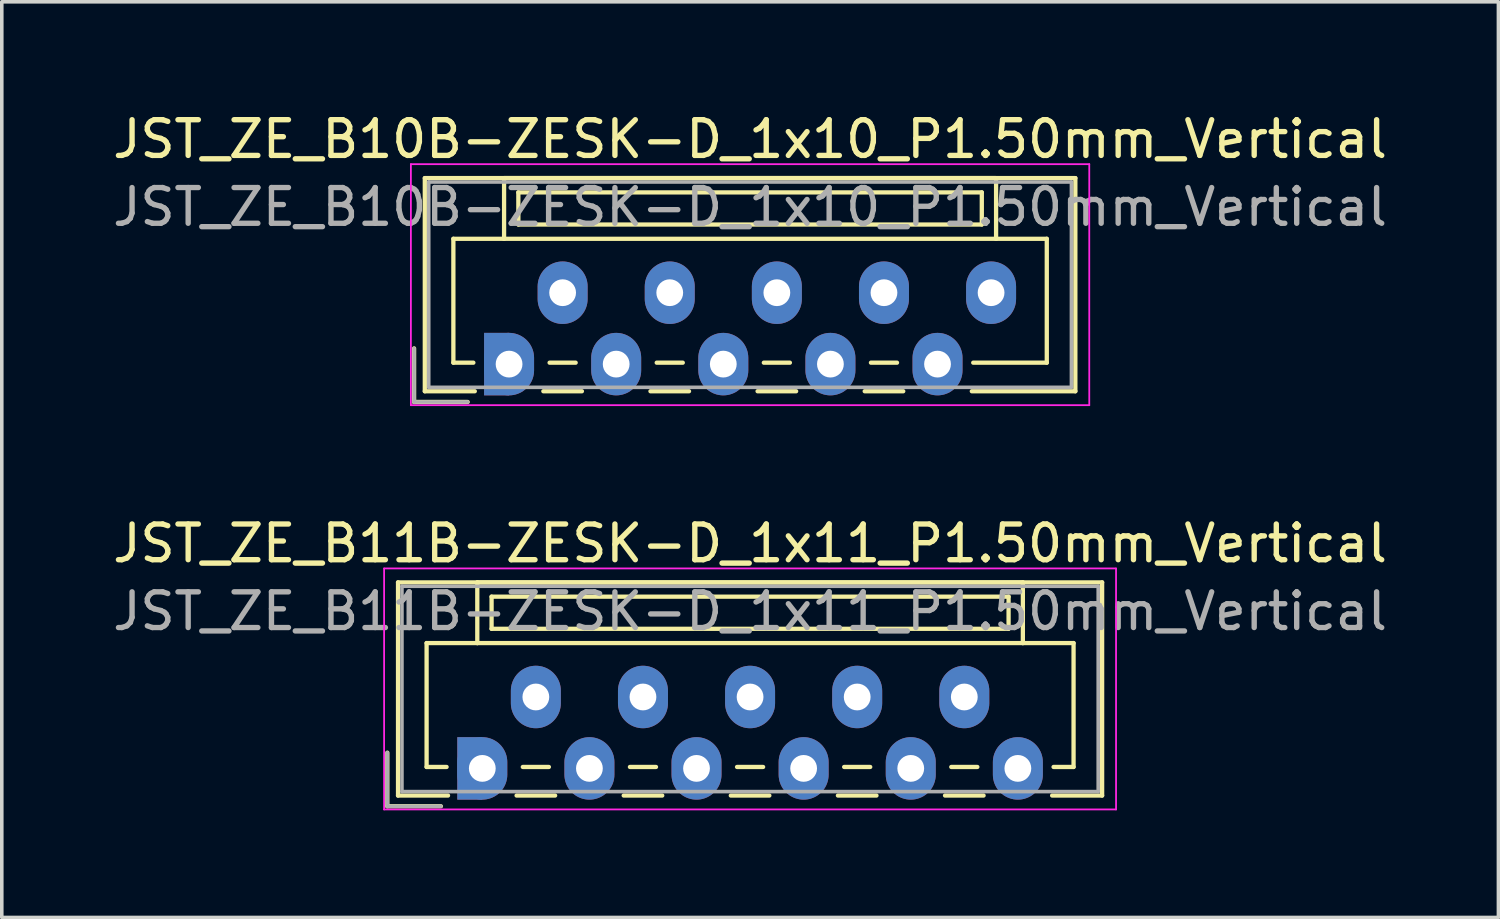
<source format=kicad_pcb>
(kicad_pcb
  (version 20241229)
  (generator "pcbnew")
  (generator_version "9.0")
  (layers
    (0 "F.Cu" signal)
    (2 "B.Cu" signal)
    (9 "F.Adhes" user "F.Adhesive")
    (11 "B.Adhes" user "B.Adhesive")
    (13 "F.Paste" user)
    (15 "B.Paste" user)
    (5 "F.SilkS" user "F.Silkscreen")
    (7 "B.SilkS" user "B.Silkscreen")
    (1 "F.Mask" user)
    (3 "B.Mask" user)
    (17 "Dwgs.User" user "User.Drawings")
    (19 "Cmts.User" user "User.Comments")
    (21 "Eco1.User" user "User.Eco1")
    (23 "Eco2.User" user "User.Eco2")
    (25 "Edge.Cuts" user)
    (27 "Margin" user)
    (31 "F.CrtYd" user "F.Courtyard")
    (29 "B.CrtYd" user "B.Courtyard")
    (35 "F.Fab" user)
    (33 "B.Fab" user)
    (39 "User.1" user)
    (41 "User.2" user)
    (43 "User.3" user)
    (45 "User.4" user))
  (footprint "JST_ZE_B11B-ZESK-D_1x11_P1.50mm_Vertical"
    (layer "F.Cu")
    (at 10.458 18.471)
    (property "Reference" "JST_ZE_B11B-ZESK-D_1x11_P1.50mm_Vertical" (at 7.5 -6.3 0) (layer "F.SilkS") (effects (font (size 1 1) (thickness 0.15))))
    (attr through_hole)
    (fp_line (start -2.66 -0.44) (end -2.66 1.06) (stroke (width 0.12) (type solid)) (layer "F.SilkS"))
    (fp_line (start -2.66 1.06) (end -1.16 1.06) (stroke (width 0.12) (type solid)) (layer "F.SilkS"))
    (fp_line (start -2.36 -5.21) (end 17.36 -5.21) (stroke (width 0.12) (type solid)) (layer "F.SilkS"))
    (fp_line (start -2.36 0.76) (end -2.36 -5.21) (stroke (width 0.12) (type solid)) (layer "F.SilkS"))
    (fp_line (start -1.56 -3.51) (end -1.56 -0.04) (stroke (width 0.12) (type solid)) (layer "F.SilkS"))
    (fp_line (start -1.56 -0.04) (end -1 -0.04) (stroke (width 0.12) (type solid)) (layer "F.SilkS"))
    (fp_line (start -0.96 0.76) (end -2.36 0.76) (stroke (width 0.12) (type solid)) (layer "F.SilkS"))
    (fp_line (start -0.14 -5.21) (end -0.14 -3.51) (stroke (width 0.12) (type solid)) (layer "F.SilkS"))
    (fp_line (start -0.14 -3.51) (end -1.56 -3.51) (stroke (width 0.12) (type solid)) (layer "F.SilkS"))
    (fp_line (start -0.14 -3.51) (end 15.14 -3.51) (stroke (width 0.12) (type solid)) (layer "F.SilkS"))
    (fp_line (start 0.26 -4.81) (end 0.26 -3.91) (stroke (width 0.12) (type solid)) (layer "F.SilkS"))
    (fp_line (start 0.26 -3.91) (end 14.74 -3.91) (stroke (width 0.12) (type solid)) (layer "F.SilkS"))
    (fp_line (start 0.96 0.76) (end 2.04 0.76) (stroke (width 0.12) (type solid)) (layer "F.SilkS"))
    (fp_line (start 1.135 -0.04) (end 1.865 -0.04) (stroke (width 0.12) (type solid)) (layer "F.SilkS"))
    (fp_line (start 3.96 0.76) (end 5.04 0.76) (stroke (width 0.12) (type solid)) (layer "F.SilkS"))
    (fp_line (start 4.135 -0.04) (end 4.865 -0.04) (stroke (width 0.12) (type solid)) (layer "F.SilkS"))
    (fp_line (start 6.96 0.76) (end 8.04 0.76) (stroke (width 0.12) (type solid)) (layer "F.SilkS"))
    (fp_line (start 7.135 -0.04) (end 7.865 -0.04) (stroke (width 0.12) (type solid)) (layer "F.SilkS"))
    (fp_line (start 9.96 0.76) (end 11.04 0.76) (stroke (width 0.12) (type solid)) (layer "F.SilkS"))
    (fp_line (start 10.135 -0.04) (end 10.865 -0.04) (stroke (width 0.12) (type solid)) (layer "F.SilkS"))
    (fp_line (start 12.96 0.76) (end 14.04 0.76) (stroke (width 0.12) (type solid)) (layer "F.SilkS"))
    (fp_line (start 13.135 -0.04) (end 13.865 -0.04) (stroke (width 0.12) (type solid)) (layer "F.SilkS"))
    (fp_line (start 14.74 -4.81) (end 0.26 -4.81) (stroke (width 0.12) (type solid)) (layer "F.SilkS"))
    (fp_line (start 14.74 -3.91) (end 14.74 -4.81) (stroke (width 0.12) (type solid)) (layer "F.SilkS"))
    (fp_line (start 15.14 -5.21) (end -0.14 -5.21) (stroke (width 0.12) (type solid)) (layer "F.SilkS"))
    (fp_line (start 15.14 -3.51) (end 15.14 -5.21) (stroke (width 0.12) (type solid)) (layer "F.SilkS"))
    (fp_line (start 15.14 -3.51) (end 16.56 -3.51) (stroke (width 0.12) (type solid)) (layer "F.SilkS"))
    (fp_line (start 16.56 -3.51) (end 16.56 -0.04) (stroke (width 0.12) (type solid)) (layer "F.SilkS"))
    (fp_line (start 16.56 -0.04) (end 16 -0.04) (stroke (width 0.12) (type solid)) (layer "F.SilkS"))
    (fp_line (start 17.36 -5.21) (end 17.36 0.76) (stroke (width 0.12) (type solid)) (layer "F.SilkS"))
    (fp_line (start 17.36 0.76) (end 15.96 0.76) (stroke (width 0.12) (type solid)) (layer "F.SilkS"))
    (fp_line (start -2.75 -5.6) (end -2.75 1.15) (stroke (width 0.05) (type solid)) (layer "F.CrtYd"))
    (fp_line (start -2.75 1.15) (end 17.75 1.15) (stroke (width 0.05) (type solid)) (layer "F.CrtYd"))
    (fp_line (start 17.75 -5.6) (end -2.75 -5.6) (stroke (width 0.05) (type solid)) (layer "F.CrtYd"))
    (fp_line (start 17.75 1.15) (end 17.75 -5.6) (stroke (width 0.05) (type solid)) (layer "F.CrtYd"))
    (fp_line (start -2.66 -0.44) (end -2.66 1.06) (stroke (width 0.1) (type solid)) (layer "F.Fab"))
    (fp_line (start -2.66 1.06) (end -1.16 1.06) (stroke (width 0.1) (type solid)) (layer "F.Fab"))
    (fp_line (start -2.25 -5.1) (end -2.25 0.65) (stroke (width 0.1) (type solid)) (layer "F.Fab"))
    (fp_line (start -2.25 0.65) (end 17.25 0.65) (stroke (width 0.1) (type solid)) (layer "F.Fab"))
    (fp_line (start 17.25 -5.1) (end -2.25 -5.1) (stroke (width 0.1) (type solid)) (layer "F.Fab"))
    (fp_line (start 17.25 0.65) (end 17.25 -5.1) (stroke (width 0.1) (type solid)) (layer "F.Fab"))
    (fp_text user "${REFERENCE}" (at 7.5 -4.4 0) (layer "F.Fab") (effects (font (size 1 1) (thickness 0.15))))
    (pad "1" smd rect (at -0.35 0) (size 0.7 1.75) (layers "F.Cu" "F.Mask"))
    (pad "1" smd rect (at -0.35 0) (size 0.7 1.75) (layers "B.Cu" "B.Mask"))
    (pad "1" thru_hole oval (at 0 0) (size 1.4 1.75) (drill 0.75) (layers "*.Cu" "*.Mask"))
    (pad "2" thru_hole oval (at 1.5 -2) (size 1.4 1.75) (drill 0.75) (layers "*.Cu" "*.Mask"))
    (pad "3" thru_hole oval (at 3 0) (size 1.4 1.75) (drill 0.75) (layers "*.Cu" "*.Mask"))
    (pad "4" thru_hole oval (at 4.5 -2) (size 1.4 1.75) (drill 0.75) (layers "*.Cu" "*.Mask"))
    (pad "5" thru_hole oval (at 6 0) (size 1.4 1.75) (drill 0.75) (layers "*.Cu" "*.Mask"))
    (pad "6" thru_hole oval (at 7.5 -2) (size 1.4 1.75) (drill 0.75) (layers "*.Cu" "*.Mask"))
    (pad "7" thru_hole oval (at 9 0) (size 1.4 1.75) (drill 0.75) (layers "*.Cu" "*.Mask"))
    (pad "8" thru_hole oval (at 10.5 -2) (size 1.4 1.75) (drill 0.75) (layers "*.Cu" "*.Mask"))
    (pad "9" thru_hole oval (at 12 0) (size 1.4 1.75) (drill 0.75) (layers "*.Cu" "*.Mask"))
    (pad "10" thru_hole oval (at 13.5 -2) (size 1.4 1.75) (drill 0.75) (layers "*.Cu" "*.Mask"))
    (pad "11" thru_hole oval (at 15 0) (size 1.4 1.75) (drill 0.75) (layers "*.Cu" "*.Mask")))
  (footprint "JST_ZE_B10B-ZESK-D_1x10_P1.50mm_Vertical"
    (layer "F.Cu")
    (at 11.208 7.148)
    (property "Reference" "JST_ZE_B10B-ZESK-D_1x10_P1.50mm_Vertical" (at 6.75 -6.3 0) (layer "F.SilkS") (effects (font (size 1 1) (thickness 0.15))))
    (attr through_hole)
    (fp_line (start -2.66 -0.44) (end -2.66 1.06) (stroke (width 0.12) (type solid)) (layer "F.SilkS"))
    (fp_line (start -2.66 1.06) (end -1.16 1.06) (stroke (width 0.12) (type solid)) (layer "F.SilkS"))
    (fp_line (start -2.36 -5.21) (end 15.86 -5.21) (stroke (width 0.12) (type solid)) (layer "F.SilkS"))
    (fp_line (start -2.36 0.76) (end -2.36 -5.21) (stroke (width 0.12) (type solid)) (layer "F.SilkS"))
    (fp_line (start -1.56 -3.51) (end -1.56 -0.04) (stroke (width 0.12) (type solid)) (layer "F.SilkS"))
    (fp_line (start -1.56 -0.04) (end -1 -0.04) (stroke (width 0.12) (type solid)) (layer "F.SilkS"))
    (fp_line (start -0.96 0.76) (end -2.36 0.76) (stroke (width 0.12) (type solid)) (layer "F.SilkS"))
    (fp_line (start -0.14 -5.21) (end -0.14 -3.51) (stroke (width 0.12) (type solid)) (layer "F.SilkS"))
    (fp_line (start -0.14 -3.51) (end -1.56 -3.51) (stroke (width 0.12) (type solid)) (layer "F.SilkS"))
    (fp_line (start -0.14 -3.51) (end 13.64 -3.51) (stroke (width 0.12) (type solid)) (layer "F.SilkS"))
    (fp_line (start 0.26 -4.81) (end 0.26 -3.91) (stroke (width 0.12) (type solid)) (layer "F.SilkS"))
    (fp_line (start 0.26 -3.91) (end 13.24 -3.91) (stroke (width 0.12) (type solid)) (layer "F.SilkS"))
    (fp_line (start 0.96 0.76) (end 2.04 0.76) (stroke (width 0.12) (type solid)) (layer "F.SilkS"))
    (fp_line (start 1.135 -0.04) (end 1.865 -0.04) (stroke (width 0.12) (type solid)) (layer "F.SilkS"))
    (fp_line (start 3.96 0.76) (end 5.04 0.76) (stroke (width 0.12) (type solid)) (layer "F.SilkS"))
    (fp_line (start 4.135 -0.04) (end 4.865 -0.04) (stroke (width 0.12) (type solid)) (layer "F.SilkS"))
    (fp_line (start 6.96 0.76) (end 8.04 0.76) (stroke (width 0.12) (type solid)) (layer "F.SilkS"))
    (fp_line (start 7.135 -0.04) (end 7.865 -0.04) (stroke (width 0.12) (type solid)) (layer "F.SilkS"))
    (fp_line (start 9.96 0.76) (end 11.04 0.76) (stroke (width 0.12) (type solid)) (layer "F.SilkS"))
    (fp_line (start 10.135 -0.04) (end 10.865 -0.04) (stroke (width 0.12) (type solid)) (layer "F.SilkS"))
    (fp_line (start 13.24 -4.81) (end 0.26 -4.81) (stroke (width 0.12) (type solid)) (layer "F.SilkS"))
    (fp_line (start 13.24 -3.91) (end 13.24 -4.81) (stroke (width 0.12) (type solid)) (layer "F.SilkS"))
    (fp_line (start 13.64 -5.21) (end -0.14 -5.21) (stroke (width 0.12) (type solid)) (layer "F.SilkS"))
    (fp_line (start 13.64 -3.51) (end 13.64 -5.21) (stroke (width 0.12) (type solid)) (layer "F.SilkS"))
    (fp_line (start 13.64 -3.51) (end 15.06 -3.51) (stroke (width 0.12) (type solid)) (layer "F.SilkS"))
    (fp_line (start 15.06 -3.51) (end 15.06 -0.04) (stroke (width 0.12) (type solid)) (layer "F.SilkS"))
    (fp_line (start 15.06 -0.04) (end 13 -0.04) (stroke (width 0.12) (type solid)) (layer "F.SilkS"))
    (fp_line (start 15.86 -5.21) (end 15.86 0.76) (stroke (width 0.12) (type solid)) (layer "F.SilkS"))
    (fp_line (start 15.86 0.76) (end 12.96 0.76) (stroke (width 0.12) (type solid)) (layer "F.SilkS"))
    (fp_line (start -2.75 -5.6) (end -2.75 1.15) (stroke (width 0.05) (type solid)) (layer "F.CrtYd"))
    (fp_line (start -2.75 1.15) (end 16.25 1.15) (stroke (width 0.05) (type solid)) (layer "F.CrtYd"))
    (fp_line (start 16.25 -5.6) (end -2.75 -5.6) (stroke (width 0.05) (type solid)) (layer "F.CrtYd"))
    (fp_line (start 16.25 1.15) (end 16.25 -5.6) (stroke (width 0.05) (type solid)) (layer "F.CrtYd"))
    (fp_line (start -2.66 -0.44) (end -2.66 1.06) (stroke (width 0.1) (type solid)) (layer "F.Fab"))
    (fp_line (start -2.66 1.06) (end -1.16 1.06) (stroke (width 0.1) (type solid)) (layer "F.Fab"))
    (fp_line (start -2.25 -5.1) (end -2.25 0.65) (stroke (width 0.1) (type solid)) (layer "F.Fab"))
    (fp_line (start -2.25 0.65) (end 15.75 0.65) (stroke (width 0.1) (type solid)) (layer "F.Fab"))
    (fp_line (start 15.75 -5.1) (end -2.25 -5.1) (stroke (width 0.1) (type solid)) (layer "F.Fab"))
    (fp_line (start 15.75 0.65) (end 15.75 -5.1) (stroke (width 0.1) (type solid)) (layer "F.Fab"))
    (fp_text user "${REFERENCE}" (at 6.75 -4.4 0) (layer "F.Fab") (effects (font (size 1 1) (thickness 0.15))))
    (pad "1" smd rect (at -0.35 0) (size 0.7 1.75) (layers "F.Cu" "F.Mask"))
    (pad "1" smd rect (at -0.35 0) (size 0.7 1.75) (layers "B.Cu" "B.Mask"))
    (pad "1" thru_hole oval (at 0 0) (size 1.4 1.75) (drill 0.75) (layers "*.Cu" "*.Mask"))
    (pad "2" thru_hole oval (at 1.5 -2) (size 1.4 1.75) (drill 0.75) (layers "*.Cu" "*.Mask"))
    (pad "3" thru_hole oval (at 3 0) (size 1.4 1.75) (drill 0.75) (layers "*.Cu" "*.Mask"))
    (pad "4" thru_hole oval (at 4.5 -2) (size 1.4 1.75) (drill 0.75) (layers "*.Cu" "*.Mask"))
    (pad "5" thru_hole oval (at 6 0) (size 1.4 1.75) (drill 0.75) (layers "*.Cu" "*.Mask"))
    (pad "6" thru_hole oval (at 7.5 -2) (size 1.4 1.75) (drill 0.75) (layers "*.Cu" "*.Mask"))
    (pad "7" thru_hole oval (at 9 0) (size 1.4 1.75) (drill 0.75) (layers "*.Cu" "*.Mask"))
    (pad "8" thru_hole oval (at 10.5 -2) (size 1.4 1.75) (drill 0.75) (layers "*.Cu" "*.Mask"))
    (pad "9" thru_hole oval (at 12 0) (size 1.4 1.75) (drill 0.75) (layers "*.Cu" "*.Mask"))
    (pad "10" thru_hole oval (at 13.5 -2) (size 1.4 1.75) (drill 0.75) (layers "*.Cu" "*.Mask")))
  (gr_rect
    (start -3 -3)
    (end 38.917 22.646)
    (stroke (width 0.1) (type default))
    (fill no)
    (layer "Edge.Cuts")))
</source>
